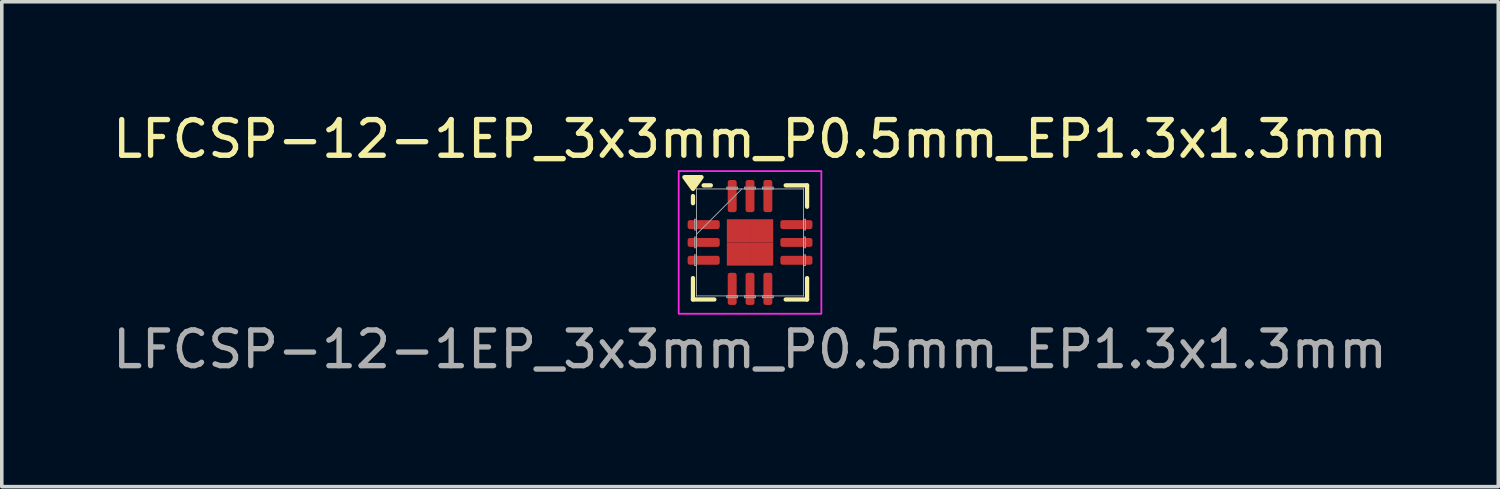
<source format=kicad_pcb>
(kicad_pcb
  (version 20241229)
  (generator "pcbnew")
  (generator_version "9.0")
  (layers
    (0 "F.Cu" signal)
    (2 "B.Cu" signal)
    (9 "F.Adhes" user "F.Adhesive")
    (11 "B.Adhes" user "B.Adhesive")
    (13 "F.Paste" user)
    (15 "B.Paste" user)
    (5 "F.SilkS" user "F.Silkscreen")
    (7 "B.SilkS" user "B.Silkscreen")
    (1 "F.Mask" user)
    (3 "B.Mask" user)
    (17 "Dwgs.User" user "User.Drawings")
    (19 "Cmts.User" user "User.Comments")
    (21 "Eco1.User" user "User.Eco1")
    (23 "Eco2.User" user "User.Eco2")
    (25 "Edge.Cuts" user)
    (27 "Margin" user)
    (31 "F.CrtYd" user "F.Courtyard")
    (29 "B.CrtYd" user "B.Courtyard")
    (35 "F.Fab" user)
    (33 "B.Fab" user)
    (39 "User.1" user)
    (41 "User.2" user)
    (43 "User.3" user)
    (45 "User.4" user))
  (footprint "LFCSP-12-1EP_3x3mm_P0.5mm_EP1.3x1.3mm"
    (layer "F.Cu")
    (at 17.982 3.748)
    (property "Reference" "LFCSP-12-1EP_3x3mm_P0.5mm_EP1.3x1.3mm" (at 0 -2.9 0) (unlocked yes) (layer "F.SilkS") (effects (font (size 1 1) (thickness 0.15))))
    (attr smd)
    (fp_line (start -1.6 -1.1) (end -1.6 -1.3) (stroke (width 0.12) (type solid)) (layer "F.SilkS"))
    (fp_line (start -1.6 1.6) (end -1.6 1) (stroke (width 0.12) (type solid)) (layer "F.SilkS"))
    (fp_line (start -1.1 -1.6) (end -1.3 -1.6) (stroke (width 0.12) (type solid)) (layer "F.SilkS"))
    (fp_line (start -1 1.6) (end -1.6 1.6) (stroke (width 0.12) (type solid)) (layer "F.SilkS"))
    (fp_line (start 1 -1.6) (end 1.6 -1.6) (stroke (width 0.12) (type solid)) (layer "F.SilkS"))
    (fp_line (start 1.6 -1.6) (end 1.6 -1) (stroke (width 0.12) (type solid)) (layer "F.SilkS"))
    (fp_line (start 1.6 1) (end 1.6 1.6) (stroke (width 0.12) (type solid)) (layer "F.SilkS"))
    (fp_line (start 1.6 1.6) (end 1 1.6) (stroke (width 0.12) (type solid)) (layer "F.SilkS"))
    (fp_poly (pts (xy -1.6 -1.5) (xy -1.84 -1.83) (xy -1.36 -1.83) (xy -1.6 -1.5)) (stroke (width 0.12) (type solid)) (fill yes) (layer "F.SilkS"))
    (fp_rect (start -2 -2) (end 2 2) (stroke (width 0.05) (type default)) (fill no) (layer "F.CrtYd"))
    (fp_line (start -1.55 -0.65) (end -1.55 -0.35) (stroke (width 0.025) (type solid)) (layer "F.Fab"))
    (fp_line (start -1.55 -0.35) (end -1.5 -0.35) (stroke (width 0.025) (type solid)) (layer "F.Fab"))
    (fp_line (start -1.55 -0.15) (end -1.55 0.15) (stroke (width 0.025) (type solid)) (layer "F.Fab"))
    (fp_line (start -1.55 0.15) (end -1.5 0.15) (stroke (width 0.025) (type solid)) (layer "F.Fab"))
    (fp_line (start -1.55 0.35) (end -1.55 0.65) (stroke (width 0.025) (type solid)) (layer "F.Fab"))
    (fp_line (start -1.55 0.65) (end -1.5 0.65) (stroke (width 0.025) (type solid)) (layer "F.Fab"))
    (fp_line (start -1.5 -1.5) (end -1.5 -1.5) (stroke (width 0.025) (type solid)) (layer "F.Fab"))
    (fp_line (start -1.5 -1.5) (end -1.5 1.5) (stroke (width 0.025) (type solid)) (layer "F.Fab"))
    (fp_line (start -1.5 -0.65) (end -1.55 -0.65) (stroke (width 0.025) (type solid)) (layer "F.Fab"))
    (fp_line (start -1.5 -0.35) (end -1.5 -0.65) (stroke (width 0.025) (type solid)) (layer "F.Fab"))
    (fp_line (start -1.5 -0.23) (end -0.23 -1.5) (stroke (width 0.025) (type solid)) (layer "F.Fab"))
    (fp_line (start -1.5 -0.15) (end -1.55 -0.15) (stroke (width 0.025) (type solid)) (layer "F.Fab"))
    (fp_line (start -1.5 0.15) (end -1.5 -0.15) (stroke (width 0.025) (type solid)) (layer "F.Fab"))
    (fp_line (start -1.5 0.35) (end -1.55 0.35) (stroke (width 0.025) (type solid)) (layer "F.Fab"))
    (fp_line (start -1.5 0.65) (end -1.5 0.35) (stroke (width 0.025) (type solid)) (layer "F.Fab"))
    (fp_line (start -1.5 1.5) (end -1.5 1.5) (stroke (width 0.025) (type solid)) (layer "F.Fab"))
    (fp_line (start -1.5 1.5) (end -1.5 1.5) (stroke (width 0.025) (type solid)) (layer "F.Fab"))
    (fp_line (start -1.5 1.5) (end 1.5 1.5) (stroke (width 0.025) (type solid)) (layer "F.Fab"))
    (fp_line (start -0.65 -1.55) (end -0.65 -1.5) (stroke (width 0.025) (type solid)) (layer "F.Fab"))
    (fp_line (start -0.65 -1.5) (end -0.35 -1.5) (stroke (width 0.025) (type solid)) (layer "F.Fab"))
    (fp_line (start -0.65 1.5) (end -0.65 1.55) (stroke (width 0.025) (type solid)) (layer "F.Fab"))
    (fp_line (start -0.65 1.55) (end -0.35 1.55) (stroke (width 0.025) (type solid)) (layer "F.Fab"))
    (fp_line (start -0.35 -1.55) (end -0.65 -1.55) (stroke (width 0.025) (type solid)) (layer "F.Fab"))
    (fp_line (start -0.35 -1.5) (end -0.35 -1.55) (stroke (width 0.025) (type solid)) (layer "F.Fab"))
    (fp_line (start -0.35 1.5) (end -0.65 1.5) (stroke (width 0.025) (type solid)) (layer "F.Fab"))
    (fp_line (start -0.35 1.55) (end -0.35 1.5) (stroke (width 0.025) (type solid)) (layer "F.Fab"))
    (fp_line (start -0.15 -1.55) (end -0.15 -1.5) (stroke (width 0.025) (type solid)) (layer "F.Fab"))
    (fp_line (start -0.15 -1.5) (end 0.15 -1.5) (stroke (width 0.025) (type solid)) (layer "F.Fab"))
    (fp_line (start -0.15 1.5) (end -0.15 1.55) (stroke (width 0.025) (type solid)) (layer "F.Fab"))
    (fp_line (start -0.15 1.55) (end 0.15 1.55) (stroke (width 0.025) (type solid)) (layer "F.Fab"))
    (fp_line (start 0.15 -1.55) (end -0.15 -1.55) (stroke (width 0.025) (type solid)) (layer "F.Fab"))
    (fp_line (start 0.15 -1.5) (end 0.15 -1.55) (stroke (width 0.025) (type solid)) (layer "F.Fab"))
    (fp_line (start 0.15 1.5) (end -0.15 1.5) (stroke (width 0.025) (type solid)) (layer "F.Fab"))
    (fp_line (start 0.15 1.55) (end 0.15 1.5) (stroke (width 0.025) (type solid)) (layer "F.Fab"))
    (fp_line (start 0.35 -1.55) (end 0.35 -1.5) (stroke (width 0.025) (type solid)) (layer "F.Fab"))
    (fp_line (start 0.35 -1.5) (end 0.65 -1.5) (stroke (width 0.025) (type solid)) (layer "F.Fab"))
    (fp_line (start 0.35 1.5) (end 0.35 1.55) (stroke (width 0.025) (type solid)) (layer "F.Fab"))
    (fp_line (start 0.35 1.55) (end 0.65 1.55) (stroke (width 0.025) (type solid)) (layer "F.Fab"))
    (fp_line (start 0.65 -1.55) (end 0.35 -1.55) (stroke (width 0.025) (type solid)) (layer "F.Fab"))
    (fp_line (start 0.65 -1.5) (end 0.65 -1.55) (stroke (width 0.025) (type solid)) (layer "F.Fab"))
    (fp_line (start 0.65 1.5) (end 0.35 1.5) (stroke (width 0.025) (type solid)) (layer "F.Fab"))
    (fp_line (start 0.65 1.55) (end 0.65 1.5) (stroke (width 0.025) (type solid)) (layer "F.Fab"))
    (fp_line (start 1.5 -1.5) (end -1.5 -1.5) (stroke (width 0.025) (type solid)) (layer "F.Fab"))
    (fp_line (start 1.5 -1.5) (end 1.5 -1.5) (stroke (width 0.025) (type solid)) (layer "F.Fab"))
    (fp_line (start 1.5 -0.65) (end 1.5 -0.35) (stroke (width 0.025) (type solid)) (layer "F.Fab"))
    (fp_line (start 1.5 -0.35) (end 1.55 -0.35) (stroke (width 0.025) (type solid)) (layer "F.Fab"))
    (fp_line (start 1.5 -0.15) (end 1.5 0.15) (stroke (width 0.025) (type solid)) (layer "F.Fab"))
    (fp_line (start 1.5 0.15) (end 1.55 0.15) (stroke (width 0.025) (type solid)) (layer "F.Fab"))
    (fp_line (start 1.5 0.35) (end 1.5 0.65) (stroke (width 0.025) (type solid)) (layer "F.Fab"))
    (fp_line (start 1.5 0.65) (end 1.55 0.65) (stroke (width 0.025) (type solid)) (layer "F.Fab"))
    (fp_line (start 1.5 1.5) (end 1.5 -1.5) (stroke (width 0.025) (type solid)) (layer "F.Fab"))
    (fp_line (start 1.5 1.5) (end 1.5 1.5) (stroke (width 0.025) (type solid)) (layer "F.Fab"))
    (fp_line (start 1.5 1.5) (end 1.5 1.5) (stroke (width 0.025) (type solid)) (layer "F.Fab"))
    (fp_line (start 1.55 -0.65) (end 1.5 -0.65) (stroke (width 0.025) (type solid)) (layer "F.Fab"))
    (fp_line (start 1.55 -0.35) (end 1.55 -0.65) (stroke (width 0.025) (type solid)) (layer "F.Fab"))
    (fp_line (start 1.55 -0.15) (end 1.5 -0.15) (stroke (width 0.025) (type solid)) (layer "F.Fab"))
    (fp_line (start 1.55 0.15) (end 1.55 -0.15) (stroke (width 0.025) (type solid)) (layer "F.Fab"))
    (fp_line (start 1.55 0.35) (end 1.5 0.35) (stroke (width 0.025) (type solid)) (layer "F.Fab"))
    (fp_line (start 1.55 0.65) (end 1.55 0.35) (stroke (width 0.025) (type solid)) (layer "F.Fab"))
    (fp_text user "${REFERENCE}" (at 0 3 0) (unlocked yes) (layer "F.Fab") (effects (font (size 1 1) (thickness 0.15))))
    (pad "1" smd roundrect (at -1.3 -0.5 90) (size 0.25 0.9) (layers "F.Cu" "F.Mask" "F.Paste") (roundrect_rratio 0.25))
    (pad "2" smd roundrect (at -1.3 0 90) (size 0.25 0.9) (layers "F.Cu" "F.Mask" "F.Paste") (roundrect_rratio 0.25))
    (pad "3" smd roundrect (at -1.3 0.5 90) (size 0.25 0.9) (layers "F.Cu" "F.Mask" "F.Paste") (roundrect_rratio 0.25))
    (pad "4" smd roundrect (at -0.5 1.302) (size 0.25 0.9) (layers "F.Cu" "F.Mask" "F.Paste") (roundrect_rratio 0.25))
    (pad "5" smd roundrect (at 0 1.302) (size 0.25 0.9) (layers "F.Cu" "F.Mask" "F.Paste") (roundrect_rratio 0.25))
    (pad "6" smd roundrect (at 0.5 1.302) (size 0.25 0.9) (layers "F.Cu" "F.Mask" "F.Paste") (roundrect_rratio 0.25))
    (pad "7" smd roundrect (at 1.3 0.5 90) (size 0.25 0.9) (layers "F.Cu" "F.Mask" "F.Paste") (roundrect_rratio 0.25))
    (pad "8" smd roundrect (at 1.3 0 90) (size 0.25 0.9) (layers "F.Cu" "F.Mask" "F.Paste") (roundrect_rratio 0.25))
    (pad "9" smd roundrect (at 1.3 -0.5 90) (size 0.25 0.9) (layers "F.Cu" "F.Mask" "F.Paste") (roundrect_rratio 0.25))
    (pad "10" smd roundrect (at 0.5 -1.3) (size 0.25 0.9) (layers "F.Cu" "F.Mask" "F.Paste") (roundrect_rratio 0.25))
    (pad "11" smd roundrect (at 0 -1.3) (size 0.25 0.9) (layers "F.Cu" "F.Mask" "F.Paste") (roundrect_rratio 0.25))
    (pad "12" smd roundrect (at -0.5 -1.3) (size 0.25 0.9) (layers "F.Cu" "F.Mask" "F.Paste") (roundrect_rratio 0.25))
    (pad "13" smd rect (at -0.325 -0.325) (size 0.65 0.65) (layers "F.Cu" "F.Mask" "F.Paste"))
    (pad "13" smd rect (at -0.325 0.325) (size 0.65 0.65) (layers "F.Cu" "F.Mask" "F.Paste"))
    (pad "13" smd rect (at 0.325 -0.325) (size 0.65 0.65) (layers "F.Cu" "F.Mask" "F.Paste"))
    (pad "13" smd rect (at 0.325 0.325) (size 0.65 0.65) (layers "F.Cu" "F.Mask" "F.Paste")))
  (gr_rect
    (start -3 -3)
    (end 38.964 10.597)
    (stroke (width 0.1) (type default))
    (fill no)
    (layer "Edge.Cuts")))
</source>
